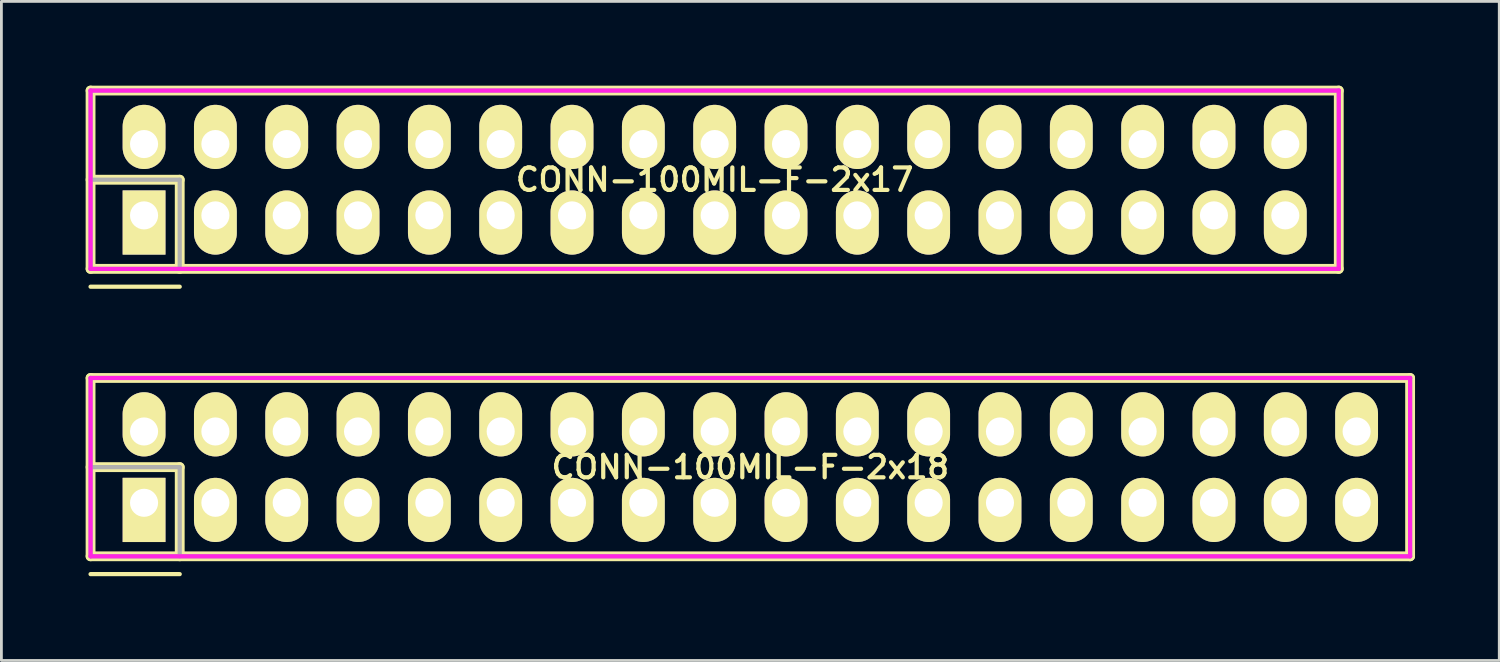
<source format=kicad_pcb>
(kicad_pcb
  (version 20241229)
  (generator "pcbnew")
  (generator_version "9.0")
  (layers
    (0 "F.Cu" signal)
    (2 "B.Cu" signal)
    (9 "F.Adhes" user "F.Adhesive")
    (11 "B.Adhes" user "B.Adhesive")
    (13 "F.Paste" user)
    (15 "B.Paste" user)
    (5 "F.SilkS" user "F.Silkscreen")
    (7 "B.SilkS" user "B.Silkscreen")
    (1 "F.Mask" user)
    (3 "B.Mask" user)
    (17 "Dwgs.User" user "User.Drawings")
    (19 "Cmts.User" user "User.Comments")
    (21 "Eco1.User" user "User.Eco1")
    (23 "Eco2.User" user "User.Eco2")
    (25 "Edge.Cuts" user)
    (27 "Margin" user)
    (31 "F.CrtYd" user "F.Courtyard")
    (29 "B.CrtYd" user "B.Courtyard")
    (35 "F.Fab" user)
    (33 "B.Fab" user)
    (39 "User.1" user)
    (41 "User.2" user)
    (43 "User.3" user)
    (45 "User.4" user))
  (footprint "CONN-100MIL-F-2x17"
    (layer "F.Cu")
    (at 22.4 3.35)
    (property "Reference" "CONN-100MIL-F-2x17" (at 0 0 0) (layer "F.SilkS") (effects (font (size 0.8 0.8) (thickness 0.15))))
    (attr through_hole)
    (fp_line (start -22.225 -3.175) (end 22.225 -3.175) (stroke (width 0.35) (type solid)) (layer "F.SilkS"))
    (fp_line (start -22.225 0) (end -19.05 0) (stroke (width 0.35) (type solid)) (layer "F.SilkS"))
    (fp_line (start -22.225 3.175) (end -22.225 -3.175) (stroke (width 0.35) (type solid)) (layer "F.SilkS"))
    (fp_line (start -22.225 3.81) (end -19.05 3.81) (stroke (width 0.15) (type solid)) (layer "F.SilkS"))
    (fp_line (start -19.05 0) (end -19.05 3.175) (stroke (width 0.35) (type solid)) (layer "F.SilkS"))
    (fp_line (start 22.225 -3.175) (end 22.225 3.175) (stroke (width 0.35) (type solid)) (layer "F.SilkS"))
    (fp_line (start 22.225 3.175) (end -22.225 3.175) (stroke (width 0.35) (type solid)) (layer "F.SilkS"))
    (fp_line (start -22.225 -3.175) (end 22.225 -3.175) (stroke (width 0.15) (type solid)) (layer "F.CrtYd"))
    (fp_line (start -22.225 3.175) (end -22.225 -3.175) (stroke (width 0.15) (type solid)) (layer "F.CrtYd"))
    (fp_line (start 22.225 -3.175) (end 22.225 3.175) (stroke (width 0.15) (type solid)) (layer "F.CrtYd"))
    (fp_line (start 22.225 3.175) (end -22.225 3.175) (stroke (width 0.15) (type solid)) (layer "F.CrtYd"))
    (fp_line (start -22.225 -3.175) (end 22.225 -3.175) (stroke (width 0.15) (type solid)) (layer "F.Fab"))
    (fp_line (start -22.225 0) (end -19.05 0) (stroke (width 0.15) (type solid)) (layer "F.Fab"))
    (fp_line (start -22.225 3.175) (end -22.225 -3.175) (stroke (width 0.15) (type solid)) (layer "F.Fab"))
    (fp_line (start -19.05 0) (end -19.05 3.175) (stroke (width 0.15) (type solid)) (layer "F.Fab"))
    (fp_line (start 22.225 -3.175) (end 22.225 3.175) (stroke (width 0.15) (type solid)) (layer "F.Fab"))
    (fp_line (start 22.225 3.175) (end -22.225 3.175) (stroke (width 0.15) (type solid)) (layer "F.Fab"))
    (pad "1" thru_hole rect (at -20.32 1.27) (size 1.524 2.286) (drill 1 (offset 0 0.254)) (layers "*.Cu" "*.Mask" "F.SilkS"))
    (pad "2" thru_hole oval (at -20.32 -1.27) (size 1.524 2.286) (drill 1 (offset 0 -0.254)) (layers "*.Cu" "*.Mask" "F.SilkS"))
    (pad "3" thru_hole oval (at -17.78 1.27) (size 1.524 2.286) (drill 1 (offset 0 0.254)) (layers "*.Cu" "*.Mask" "F.SilkS"))
    (pad "4" thru_hole oval (at -17.78 -1.27) (size 1.524 2.286) (drill 1 (offset 0 -0.254)) (layers "*.Cu" "*.Mask" "F.SilkS"))
    (pad "5" thru_hole oval (at -15.24 1.27) (size 1.524 2.286) (drill 1 (offset 0 0.254)) (layers "*.Cu" "*.Mask" "F.SilkS"))
    (pad "6" thru_hole oval (at -15.24 -1.27) (size 1.524 2.286) (drill 1 (offset 0 -0.254)) (layers "*.Cu" "*.Mask" "F.SilkS"))
    (pad "7" thru_hole oval (at -12.7 1.27) (size 1.524 2.286) (drill 1 (offset 0 0.254)) (layers "*.Cu" "*.Mask" "F.SilkS"))
    (pad "8" thru_hole oval (at -12.7 -1.27) (size 1.524 2.286) (drill 1 (offset 0 -0.254)) (layers "*.Cu" "*.Mask" "F.SilkS"))
    (pad "9" thru_hole oval (at -10.16 1.27) (size 1.524 2.286) (drill 1 (offset 0 0.254)) (layers "*.Cu" "*.Mask" "F.SilkS"))
    (pad "10" thru_hole oval (at -10.16 -1.27) (size 1.524 2.286) (drill 1 (offset 0 -0.254)) (layers "*.Cu" "*.Mask" "F.SilkS"))
    (pad "11" thru_hole oval (at -7.62 1.27) (size 1.524 2.286) (drill 1 (offset 0 0.254)) (layers "*.Cu" "*.Mask" "F.SilkS"))
    (pad "12" thru_hole oval (at -7.62 -1.27) (size 1.524 2.286) (drill 1 (offset 0 -0.254)) (layers "*.Cu" "*.Mask" "F.SilkS"))
    (pad "13" thru_hole oval (at -5.08 1.27) (size 1.524 2.286) (drill 1 (offset 0 0.254)) (layers "*.Cu" "*.Mask" "F.SilkS"))
    (pad "14" thru_hole oval (at -5.08 -1.27) (size 1.524 2.286) (drill 1 (offset 0 -0.254)) (layers "*.Cu" "*.Mask" "F.SilkS"))
    (pad "15" thru_hole oval (at -2.54 1.27) (size 1.524 2.286) (drill 1 (offset 0 0.254)) (layers "*.Cu" "*.Mask" "F.SilkS"))
    (pad "16" thru_hole oval (at -2.54 -1.27) (size 1.524 2.286) (drill 1 (offset 0 -0.254)) (layers "*.Cu" "*.Mask" "F.SilkS"))
    (pad "17" thru_hole oval (at 0 1.27) (size 1.524 2.286) (drill 1 (offset 0 0.254)) (layers "*.Cu" "*.Mask" "F.SilkS"))
    (pad "18" thru_hole oval (at 0 -1.27) (size 1.524 2.286) (drill 1 (offset 0 -0.254)) (layers "*.Cu" "*.Mask" "F.SilkS"))
    (pad "19" thru_hole oval (at 2.54 1.27) (size 1.524 2.286) (drill 1 (offset 0 0.254)) (layers "*.Cu" "*.Mask" "F.SilkS"))
    (pad "20" thru_hole oval (at 2.54 -1.27) (size 1.524 2.286) (drill 1 (offset 0 -0.254)) (layers "*.Cu" "*.Mask" "F.SilkS"))
    (pad "21" thru_hole oval (at 5.08 1.27) (size 1.524 2.286) (drill 1 (offset 0 0.254)) (layers "*.Cu" "*.Mask" "F.SilkS"))
    (pad "22" thru_hole oval (at 5.08 -1.27) (size 1.524 2.286) (drill 1 (offset 0 -0.254)) (layers "*.Cu" "*.Mask" "F.SilkS"))
    (pad "23" thru_hole oval (at 7.62 1.27) (size 1.524 2.286) (drill 1 (offset 0 0.254)) (layers "*.Cu" "*.Mask" "F.SilkS"))
    (pad "24" thru_hole oval (at 7.62 -1.27) (size 1.524 2.286) (drill 1 (offset 0 -0.254)) (layers "*.Cu" "*.Mask" "F.SilkS"))
    (pad "25" thru_hole oval (at 10.16 1.27) (size 1.524 2.286) (drill 1 (offset 0 0.254)) (layers "*.Cu" "*.Mask" "F.SilkS"))
    (pad "26" thru_hole oval (at 10.16 -1.27) (size 1.524 2.286) (drill 1 (offset 0 -0.254)) (layers "*.Cu" "*.Mask" "F.SilkS"))
    (pad "27" thru_hole oval (at 12.7 1.27) (size 1.524 2.286) (drill 1 (offset 0 0.254)) (layers "*.Cu" "*.Mask" "F.SilkS"))
    (pad "28" thru_hole oval (at 12.7 -1.27) (size 1.524 2.286) (drill 1 (offset 0 -0.254)) (layers "*.Cu" "*.Mask" "F.SilkS"))
    (pad "29" thru_hole oval (at 15.24 1.27) (size 1.524 2.286) (drill 1 (offset 0 0.254)) (layers "*.Cu" "*.Mask" "F.SilkS"))
    (pad "30" thru_hole oval (at 15.24 -1.27) (size 1.524 2.286) (drill 1 (offset 0 -0.254)) (layers "*.Cu" "*.Mask" "F.SilkS"))
    (pad "31" thru_hole oval (at 17.78 1.27) (size 1.524 2.286) (drill 1 (offset 0 0.254)) (layers "*.Cu" "*.Mask" "F.SilkS"))
    (pad "32" thru_hole oval (at 17.78 -1.27) (size 1.524 2.286) (drill 1 (offset 0 -0.254)) (layers "*.Cu" "*.Mask" "F.SilkS"))
    (pad "33" thru_hole oval (at 20.32 1.27) (size 1.524 2.286) (drill 1 (offset 0 0.254)) (layers "*.Cu" "*.Mask" "F.SilkS"))
    (pad "34" thru_hole oval (at 20.32 -1.27) (size 1.524 2.286) (drill 1 (offset 0 -0.254)) (layers "*.Cu" "*.Mask" "F.SilkS")))
  (footprint "CONN-100MIL-F-2x18"
    (layer "F.Cu")
    (at 23.67 13.585)
    (property "Reference" "CONN-100MIL-F-2x18" (at 0 0 0) (layer "F.SilkS") (effects (font (size 0.8 0.8) (thickness 0.15))))
    (attr through_hole)
    (fp_line (start -23.495 -3.175) (end 23.495 -3.175) (stroke (width 0.35) (type solid)) (layer "F.SilkS"))
    (fp_line (start -23.495 0) (end -20.32 0) (stroke (width 0.35) (type solid)) (layer "F.SilkS"))
    (fp_line (start -23.495 3.175) (end -23.495 -3.175) (stroke (width 0.35) (type solid)) (layer "F.SilkS"))
    (fp_line (start -23.495 3.81) (end -20.32 3.81) (stroke (width 0.15) (type solid)) (layer "F.SilkS"))
    (fp_line (start -20.32 0) (end -20.32 3.175) (stroke (width 0.35) (type solid)) (layer "F.SilkS"))
    (fp_line (start 23.495 -3.175) (end 23.495 3.175) (stroke (width 0.35) (type solid)) (layer "F.SilkS"))
    (fp_line (start 23.495 3.175) (end -23.495 3.175) (stroke (width 0.35) (type solid)) (layer "F.SilkS"))
    (fp_line (start -23.495 -3.175) (end 23.495 -3.175) (stroke (width 0.15) (type solid)) (layer "F.CrtYd"))
    (fp_line (start -23.495 3.175) (end -23.495 -3.175) (stroke (width 0.15) (type solid)) (layer "F.CrtYd"))
    (fp_line (start 23.495 -3.175) (end 23.495 3.175) (stroke (width 0.15) (type solid)) (layer "F.CrtYd"))
    (fp_line (start 23.495 3.175) (end -23.495 3.175) (stroke (width 0.15) (type solid)) (layer "F.CrtYd"))
    (fp_line (start -23.495 -3.175) (end 23.495 -3.175) (stroke (width 0.15) (type solid)) (layer "F.Fab"))
    (fp_line (start -23.495 0) (end -20.32 0) (stroke (width 0.15) (type solid)) (layer "F.Fab"))
    (fp_line (start -23.495 3.175) (end -23.495 -3.175) (stroke (width 0.15) (type solid)) (layer "F.Fab"))
    (fp_line (start -20.32 0) (end -20.32 3.175) (stroke (width 0.15) (type solid)) (layer "F.Fab"))
    (fp_line (start 23.495 -3.175) (end 23.495 3.175) (stroke (width 0.15) (type solid)) (layer "F.Fab"))
    (fp_line (start 23.495 3.175) (end -23.495 3.175) (stroke (width 0.15) (type solid)) (layer "F.Fab"))
    (pad "1" thru_hole rect (at -21.59 1.27) (size 1.524 2.286) (drill 1 (offset 0 0.254)) (layers "*.Cu" "*.Mask" "F.SilkS"))
    (pad "2" thru_hole oval (at -21.59 -1.27) (size 1.524 2.286) (drill 1 (offset 0 -0.254)) (layers "*.Cu" "*.Mask" "F.SilkS"))
    (pad "3" thru_hole oval (at -19.05 1.27) (size 1.524 2.286) (drill 1 (offset 0 0.254)) (layers "*.Cu" "*.Mask" "F.SilkS"))
    (pad "4" thru_hole oval (at -19.05 -1.27) (size 1.524 2.286) (drill 1 (offset 0 -0.254)) (layers "*.Cu" "*.Mask" "F.SilkS"))
    (pad "5" thru_hole oval (at -16.51 1.27) (size 1.524 2.286) (drill 1 (offset 0 0.254)) (layers "*.Cu" "*.Mask" "F.SilkS"))
    (pad "6" thru_hole oval (at -16.51 -1.27) (size 1.524 2.286) (drill 1 (offset 0 -0.254)) (layers "*.Cu" "*.Mask" "F.SilkS"))
    (pad "7" thru_hole oval (at -13.97 1.27) (size 1.524 2.286) (drill 1 (offset 0 0.254)) (layers "*.Cu" "*.Mask" "F.SilkS"))
    (pad "8" thru_hole oval (at -13.97 -1.27) (size 1.524 2.286) (drill 1 (offset 0 -0.254)) (layers "*.Cu" "*.Mask" "F.SilkS"))
    (pad "9" thru_hole oval (at -11.43 1.27) (size 1.524 2.286) (drill 1 (offset 0 0.254)) (layers "*.Cu" "*.Mask" "F.SilkS"))
    (pad "10" thru_hole oval (at -11.43 -1.27) (size 1.524 2.286) (drill 1 (offset 0 -0.254)) (layers "*.Cu" "*.Mask" "F.SilkS"))
    (pad "11" thru_hole oval (at -8.89 1.27) (size 1.524 2.286) (drill 1 (offset 0 0.254)) (layers "*.Cu" "*.Mask" "F.SilkS"))
    (pad "12" thru_hole oval (at -8.89 -1.27) (size 1.524 2.286) (drill 1 (offset 0 -0.254)) (layers "*.Cu" "*.Mask" "F.SilkS"))
    (pad "13" thru_hole oval (at -6.35 1.27) (size 1.524 2.286) (drill 1 (offset 0 0.254)) (layers "*.Cu" "*.Mask" "F.SilkS"))
    (pad "14" thru_hole oval (at -6.35 -1.27) (size 1.524 2.286) (drill 1 (offset 0 -0.254)) (layers "*.Cu" "*.Mask" "F.SilkS"))
    (pad "15" thru_hole oval (at -3.81 1.27) (size 1.524 2.286) (drill 1 (offset 0 0.254)) (layers "*.Cu" "*.Mask" "F.SilkS"))
    (pad "16" thru_hole oval (at -3.81 -1.27) (size 1.524 2.286) (drill 1 (offset 0 -0.254)) (layers "*.Cu" "*.Mask" "F.SilkS"))
    (pad "17" thru_hole oval (at -1.27 1.27) (size 1.524 2.286) (drill 1 (offset 0 0.254)) (layers "*.Cu" "*.Mask" "F.SilkS"))
    (pad "18" thru_hole oval (at -1.27 -1.27) (size 1.524 2.286) (drill 1 (offset 0 -0.254)) (layers "*.Cu" "*.Mask" "F.SilkS"))
    (pad "19" thru_hole oval (at 1.27 1.27) (size 1.524 2.286) (drill 1 (offset 0 0.254)) (layers "*.Cu" "*.Mask" "F.SilkS"))
    (pad "20" thru_hole oval (at 1.27 -1.27) (size 1.524 2.286) (drill 1 (offset 0 -0.254)) (layers "*.Cu" "*.Mask" "F.SilkS"))
    (pad "21" thru_hole oval (at 3.81 1.27) (size 1.524 2.286) (drill 1 (offset 0 0.254)) (layers "*.Cu" "*.Mask" "F.SilkS"))
    (pad "22" thru_hole oval (at 3.81 -1.27) (size 1.524 2.286) (drill 1 (offset 0 -0.254)) (layers "*.Cu" "*.Mask" "F.SilkS"))
    (pad "23" thru_hole oval (at 6.35 1.27) (size 1.524 2.286) (drill 1 (offset 0 0.254)) (layers "*.Cu" "*.Mask" "F.SilkS"))
    (pad "24" thru_hole oval (at 6.35 -1.27) (size 1.524 2.286) (drill 1 (offset 0 -0.254)) (layers "*.Cu" "*.Mask" "F.SilkS"))
    (pad "25" thru_hole oval (at 8.89 1.27) (size 1.524 2.286) (drill 1 (offset 0 0.254)) (layers "*.Cu" "*.Mask" "F.SilkS"))
    (pad "26" thru_hole oval (at 8.89 -1.27) (size 1.524 2.286) (drill 1 (offset 0 -0.254)) (layers "*.Cu" "*.Mask" "F.SilkS"))
    (pad "27" thru_hole oval (at 11.43 1.27) (size 1.524 2.286) (drill 1 (offset 0 0.254)) (layers "*.Cu" "*.Mask" "F.SilkS"))
    (pad "28" thru_hole oval (at 11.43 -1.27) (size 1.524 2.286) (drill 1 (offset 0 -0.254)) (layers "*.Cu" "*.Mask" "F.SilkS"))
    (pad "29" thru_hole oval (at 13.97 1.27) (size 1.524 2.286) (drill 1 (offset 0 0.254)) (layers "*.Cu" "*.Mask" "F.SilkS"))
    (pad "30" thru_hole oval (at 13.97 -1.27) (size 1.524 2.286) (drill 1 (offset 0 -0.254)) (layers "*.Cu" "*.Mask" "F.SilkS"))
    (pad "31" thru_hole oval (at 16.51 1.27) (size 1.524 2.286) (drill 1 (offset 0 0.254)) (layers "*.Cu" "*.Mask" "F.SilkS"))
    (pad "32" thru_hole oval (at 16.51 -1.27) (size 1.524 2.286) (drill 1 (offset 0 -0.254)) (layers "*.Cu" "*.Mask" "F.SilkS"))
    (pad "33" thru_hole oval (at 19.05 1.27) (size 1.524 2.286) (drill 1 (offset 0 0.254)) (layers "*.Cu" "*.Mask" "F.SilkS"))
    (pad "34" thru_hole oval (at 19.05 -1.27) (size 1.524 2.286) (drill 1 (offset 0 -0.254)) (layers "*.Cu" "*.Mask" "F.SilkS"))
    (pad "35" thru_hole oval (at 21.59 1.27) (size 1.524 2.286) (drill 1 (offset 0 0.254)) (layers "*.Cu" "*.Mask" "F.SilkS"))
    (pad "36" thru_hole oval (at 21.59 -1.27) (size 1.524 2.286) (drill 1 (offset 0 -0.254)) (layers "*.Cu" "*.Mask" "F.SilkS")))
  (gr_rect
    (start -3 -3)
    (end 50.34 20.47)
    (stroke (width 0.1) (type default))
    (fill no)
    (layer "Edge.Cuts")))
</source>
